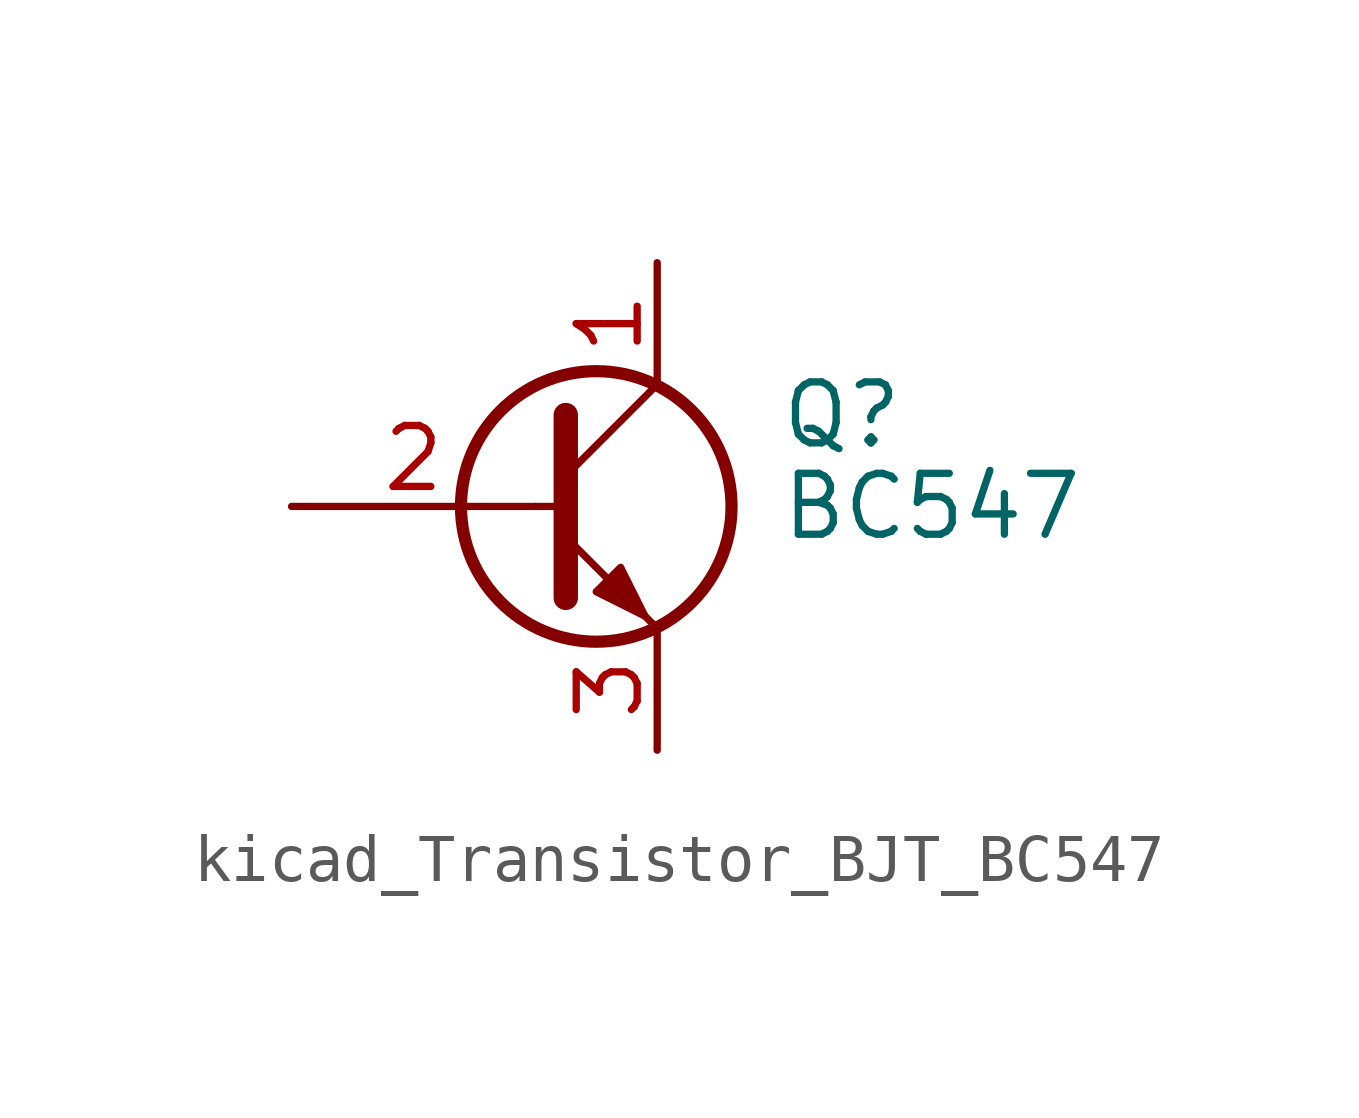
<source format=kicad_sym>
(kicad_symbol_lib
  (version 20220914)
  (generator kicad_symbol_editor)
  (symbol "kicad_Transistor_BJT_BC547"
    (pin_names
      (offset 0) hide)
    (property "Reference" "Q"
      (at 5.08 1.905 0)
      (effects (font (size 1.27 1.27)) (justify left)))
    (property "Value" "BC547"
      (at 5.08 0 0)
      (effects (font (size 1.27 1.27)) (justify left)))
    (symbol "kicad_Transistor_BJT_BC547_0_1"
      (polyline (pts (xy 0 0) (xy 0.635 0)) (stroke (width 0) (type default)) (fill (type none)))
      (polyline (pts (xy 0.635 0.635) (xy 2.54 2.54)) (stroke (width 0) (type default)) (fill (type none)))
      (polyline (pts (xy 0.635 -0.635) (xy 2.54 -2.54) (xy 2.54 -2.54)) (stroke (width 0) (type default)) (fill (type none)))
      (polyline (pts (xy 0.635 1.905) (xy 0.635 -1.905) (xy 0.635 -1.905)) (stroke (width 0.508) (type default)) (fill (type none)))
      (polyline (pts (xy 1.27 -1.778) (xy 1.778 -1.27) (xy 2.286 -2.286) (xy 1.27 -1.778) (xy 1.27 -1.778)) (stroke (width 0) (type default)) (fill (type outline)))
      (circle (center 1.27 0) (radius 2.819) (stroke (width 0.254) (type default)) (fill (type none))))
    (symbol "kicad_Transistor_BJT_BC547_1_1"
      (pin passive line (at 2.54 5.08 270) (length 2.54) (name "C" (effects (font (size 1.27 1.27)))) (number "1" (effects (font (size 1.27 1.27)))))
      (pin input line (at -5.08 0 0) (length 5.08) (name "B" (effects (font (size 1.27 1.27)))) (number "2" (effects (font (size 1.27 1.27)))))
      (pin passive line (at 2.54 -5.08 90) (length 2.54) (name "E" (effects (font (size 1.27 1.27)))) (number "3" (effects (font (size 1.27 1.27))))))))
</source>
